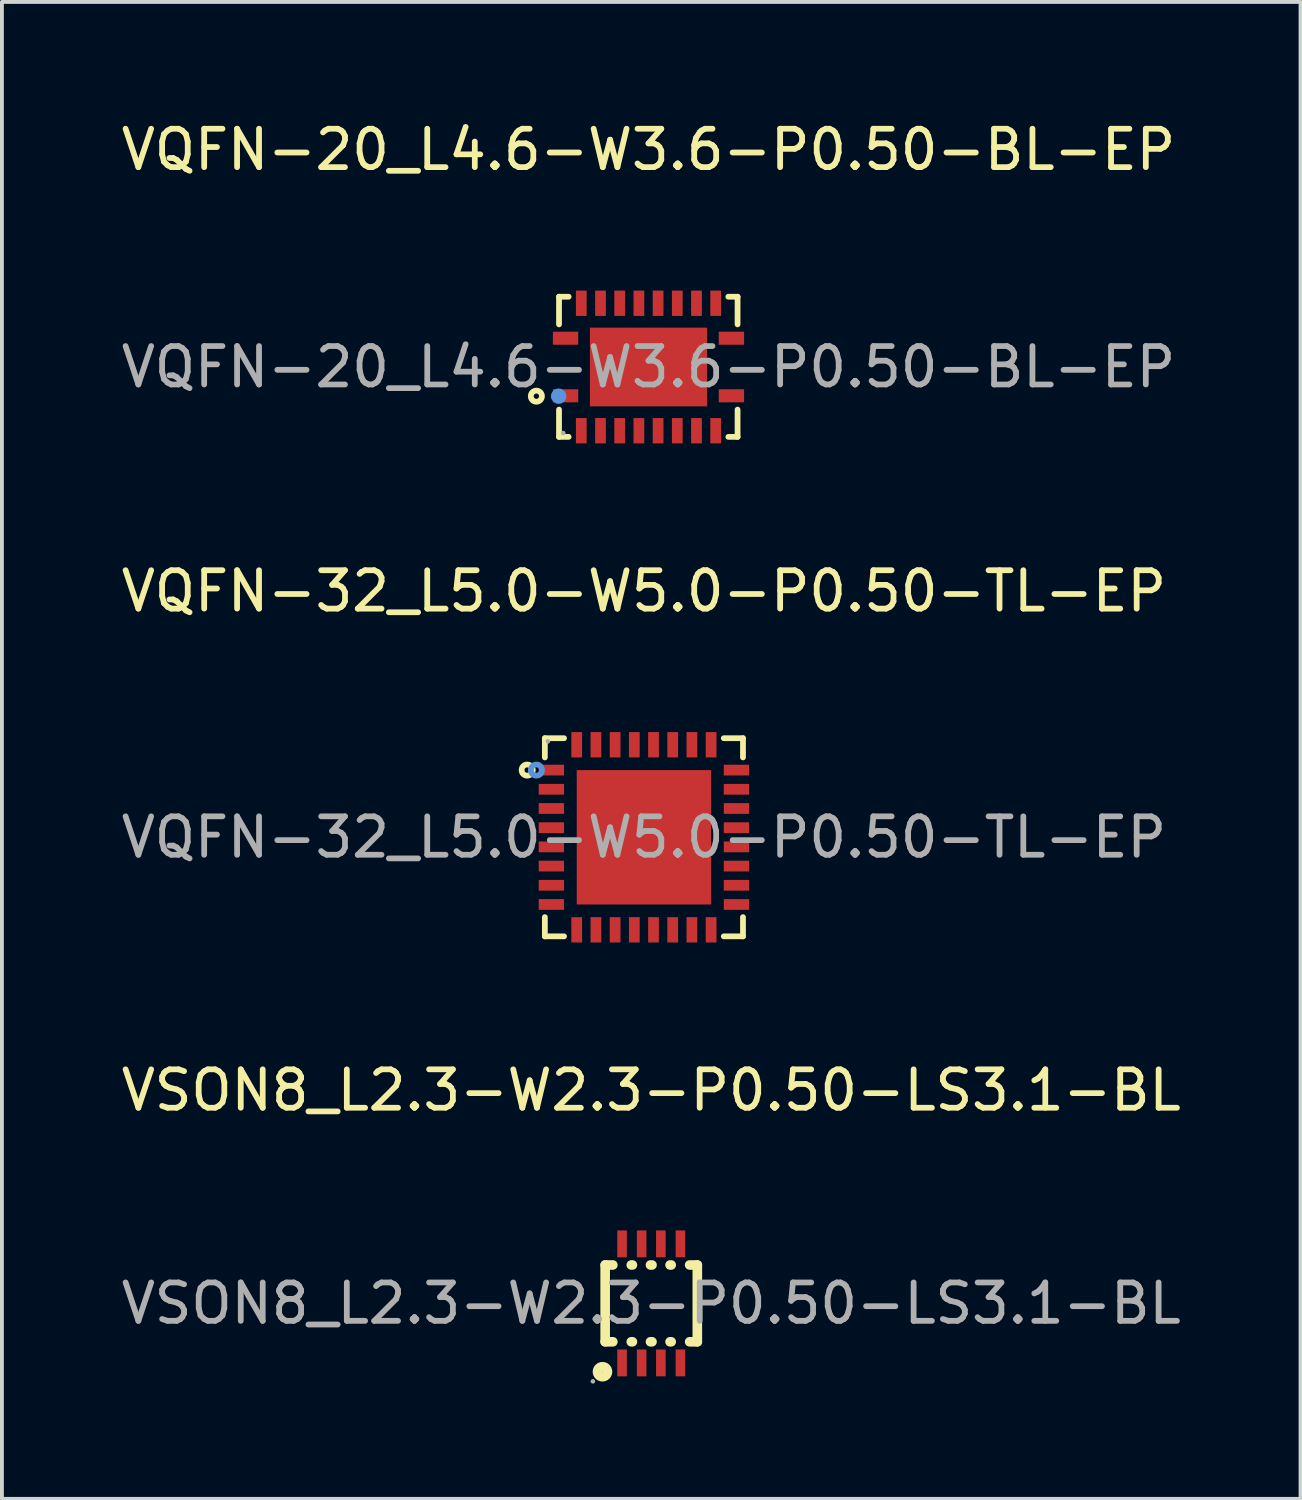
<source format=kicad_pcb>
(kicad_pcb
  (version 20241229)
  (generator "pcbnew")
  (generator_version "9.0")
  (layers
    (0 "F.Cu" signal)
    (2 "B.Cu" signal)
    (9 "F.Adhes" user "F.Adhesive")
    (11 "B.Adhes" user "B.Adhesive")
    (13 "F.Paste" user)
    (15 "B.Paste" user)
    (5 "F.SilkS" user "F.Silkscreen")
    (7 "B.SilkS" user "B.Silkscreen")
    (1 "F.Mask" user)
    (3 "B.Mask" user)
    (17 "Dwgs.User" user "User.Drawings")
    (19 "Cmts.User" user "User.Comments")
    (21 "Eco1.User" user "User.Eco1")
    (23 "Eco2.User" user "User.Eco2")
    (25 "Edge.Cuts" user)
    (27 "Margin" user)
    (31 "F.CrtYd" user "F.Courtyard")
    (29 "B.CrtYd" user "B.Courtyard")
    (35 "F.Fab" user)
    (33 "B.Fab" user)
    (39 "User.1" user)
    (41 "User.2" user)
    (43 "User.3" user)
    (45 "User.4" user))
  (footprint "VQFN-20_L4.6-W3.6-P0.50-BL-EP"
    (layer "F.Cu")
    (at 13.839 6.508)
    (property "Reference" "VQFN-20_L4.6-W3.6-P0.50-BL-EP" (at 0 -5.66 0) (layer "F.SilkS") (effects (font (size 1 1) (thickness 0.15))))
    (attr through_hole)
    (fp_line (start -2.33 -1.83) (end -2.08 -1.83) (stroke (width 0.15) (type solid)) (layer "F.SilkS"))
    (fp_line (start -2.33 -1.11) (end -2.33 -1.83) (stroke (width 0.15) (type solid)) (layer "F.SilkS"))
    (fp_line (start -2.33 1.11) (end -2.33 1.82) (stroke (width 0.15) (type solid)) (layer "F.SilkS"))
    (fp_line (start -2.33 1.82) (end -2.08 1.82) (stroke (width 0.15) (type solid)) (layer "F.SilkS"))
    (fp_line (start 2.32 -1.83) (end 2.08 -1.83) (stroke (width 0.15) (type solid)) (layer "F.SilkS"))
    (fp_line (start 2.32 -1.11) (end 2.32 -1.83) (stroke (width 0.15) (type solid)) (layer "F.SilkS"))
    (fp_line (start 2.32 1.11) (end 2.32 1.82) (stroke (width 0.15) (type solid)) (layer "F.SilkS"))
    (fp_line (start 2.32 1.82) (end 2.08 1.82) (stroke (width 0.15) (type solid)) (layer "F.SilkS"))
    (fp_circle (center -2.92 0.76) (end -2.85 0.76) (stroke (width 0.15) (type solid)) (fill no) (layer "F.SilkS"))
    (fp_circle (center -2.34 0.76) (end -2.24 0.76) (stroke (width 0.2) (type solid)) (fill no) (layer "Cmts.User"))
    (fp_circle (center -2.22 1.72) (end -2.19 1.72) (stroke (width 0.06) (type solid)) (fill no) (layer "F.Fab"))
    (fp_text user "${REFERENCE}" (at 0 0 0) (layer "F.Fab") (effects (font (size 1 1) (thickness 0.15))))
    (pad "1" smd rect (at -2.16 0.75) (size 0.66 0.34) (layers "F.Cu" "F.Mask" "F.Paste"))
    (pad "2" smd rect (at -1.75 1.66) (size 0.28 0.66) (layers "F.Cu" "F.Mask" "F.Paste"))
    (pad "3" smd rect (at -1.25 1.66) (size 0.28 0.66) (layers "F.Cu" "F.Mask" "F.Paste"))
    (pad "4" smd rect (at -0.75 1.66) (size 0.28 0.66) (layers "F.Cu" "F.Mask" "F.Paste"))
    (pad "5" smd rect (at -0.25 1.66) (size 0.28 0.66) (layers "F.Cu" "F.Mask" "F.Paste"))
    (pad "6" smd rect (at 0.25 1.66) (size 0.28 0.66) (layers "F.Cu" "F.Mask" "F.Paste"))
    (pad "7" smd rect (at 0.75 1.66) (size 0.28 0.66) (layers "F.Cu" "F.Mask" "F.Paste"))
    (pad "8" smd rect (at 1.25 1.66) (size 0.28 0.66) (layers "F.Cu" "F.Mask" "F.Paste"))
    (pad "9" smd rect (at 1.75 1.66) (size 0.28 0.66) (layers "F.Cu" "F.Mask" "F.Paste"))
    (pad "10" smd rect (at 2.16 0.75) (size 0.66 0.34) (layers "F.Cu" "F.Mask" "F.Paste"))
    (pad "11" smd rect (at 2.16 -0.75) (size 0.66 0.34) (layers "F.Cu" "F.Mask" "F.Paste"))
    (pad "12" smd rect (at 1.75 -1.66) (size 0.28 0.66) (layers "F.Cu" "F.Mask" "F.Paste"))
    (pad "13" smd rect (at 1.25 -1.66) (size 0.28 0.66) (layers "F.Cu" "F.Mask" "F.Paste"))
    (pad "14" smd rect (at 0.75 -1.66) (size 0.28 0.66) (layers "F.Cu" "F.Mask" "F.Paste"))
    (pad "15" smd rect (at 0.25 -1.66) (size 0.28 0.66) (layers "F.Cu" "F.Mask" "F.Paste"))
    (pad "16" smd rect (at -0.25 -1.66) (size 0.28 0.66) (layers "F.Cu" "F.Mask" "F.Paste"))
    (pad "17" smd rect (at -0.75 -1.66) (size 0.28 0.66) (layers "F.Cu" "F.Mask" "F.Paste"))
    (pad "18" smd rect (at -1.25 -1.66) (size 0.28 0.66) (layers "F.Cu" "F.Mask" "F.Paste"))
    (pad "19" smd rect (at -1.75 -1.66) (size 0.28 0.66) (layers "F.Cu" "F.Mask" "F.Paste"))
    (pad "20" smd rect (at -2.16 -0.75) (size 0.66 0.34) (layers "F.Cu" "F.Mask" "F.Paste"))
    (pad "21" smd rect (at 0 0) (size 3.05 2.05) (layers "F.Cu" "F.Mask" "F.Paste")))
  (footprint "VQFN-32_L5.0-W5.0-P0.50-TL-EP"
    (layer "F.Cu")
    (at 13.72 18.756)
    (property "Reference" "VQFN-32_L5.0-W5.0-P0.50-TL-EP" (at 0 -6.41 0) (layer "F.SilkS") (effects (font (size 1 1) (thickness 0.15))))
    (attr through_hole)
    (fp_line (start -2.58 -2.58) (end -2.58 -2.08) (stroke (width 0.15) (type solid)) (layer "F.SilkS"))
    (fp_line (start -2.58 2.58) (end -2.58 2.08) (stroke (width 0.15) (type solid)) (layer "F.SilkS"))
    (fp_line (start -2.08 -2.58) (end -2.58 -2.58) (stroke (width 0.15) (type solid)) (layer "F.SilkS"))
    (fp_line (start -2.08 2.58) (end -2.58 2.58) (stroke (width 0.15) (type solid)) (layer "F.SilkS"))
    (fp_line (start 2.08 -2.58) (end 2.58 -2.58) (stroke (width 0.15) (type solid)) (layer "F.SilkS"))
    (fp_line (start 2.08 2.58) (end 2.58 2.58) (stroke (width 0.15) (type solid)) (layer "F.SilkS"))
    (fp_line (start 2.58 -2.58) (end 2.58 -2.08) (stroke (width 0.15) (type solid)) (layer "F.SilkS"))
    (fp_line (start 2.58 2.58) (end 2.58 2.08) (stroke (width 0.15) (type solid)) (layer "F.SilkS"))
    (fp_circle (center -3.04 -1.75) (end -2.97 -1.75) (stroke (width 0.15) (type solid)) (fill no) (layer "F.SilkS"))
    (fp_circle (center -2.8 -1.75) (end -2.73 -1.75) (stroke (width 0.15) (type solid)) (fill no) (layer "Cmts.User"))
    (fp_circle (center -2.5 -2.5) (end -2.47 -2.5) (stroke (width 0.06) (type solid)) (fill no) (layer "F.Fab"))
    (fp_text user "${REFERENCE}" (at 0 0 0) (layer "F.Fab") (effects (font (size 1 1) (thickness 0.15))))
    (pad "1" smd rect (at -2.41 -1.75) (size 0.66 0.28) (layers "F.Cu" "F.Mask" "F.Paste"))
    (pad "2" smd rect (at -2.41 -1.25) (size 0.66 0.28) (layers "F.Cu" "F.Mask" "F.Paste"))
    (pad "3" smd rect (at -2.41 -0.75) (size 0.66 0.28) (layers "F.Cu" "F.Mask" "F.Paste"))
    (pad "4" smd rect (at -2.41 -0.25) (size 0.66 0.28) (layers "F.Cu" "F.Mask" "F.Paste"))
    (pad "5" smd rect (at -2.41 0.25) (size 0.66 0.28) (layers "F.Cu" "F.Mask" "F.Paste"))
    (pad "6" smd rect (at -2.41 0.75) (size 0.66 0.28) (layers "F.Cu" "F.Mask" "F.Paste"))
    (pad "7" smd rect (at -2.41 1.25) (size 0.66 0.28) (layers "F.Cu" "F.Mask" "F.Paste"))
    (pad "8" smd rect (at -2.41 1.75) (size 0.66 0.28) (layers "F.Cu" "F.Mask" "F.Paste"))
    (pad "9" smd rect (at -1.75 2.41) (size 0.28 0.66) (layers "F.Cu" "F.Mask" "F.Paste"))
    (pad "10" smd rect (at -1.25 2.41) (size 0.28 0.66) (layers "F.Cu" "F.Mask" "F.Paste"))
    (pad "11" smd rect (at -0.75 2.41) (size 0.28 0.66) (layers "F.Cu" "F.Mask" "F.Paste"))
    (pad "12" smd rect (at -0.25 2.41) (size 0.28 0.66) (layers "F.Cu" "F.Mask" "F.Paste"))
    (pad "13" smd rect (at 0.25 2.41) (size 0.28 0.66) (layers "F.Cu" "F.Mask" "F.Paste"))
    (pad "14" smd rect (at 0.75 2.41) (size 0.28 0.66) (layers "F.Cu" "F.Mask" "F.Paste"))
    (pad "15" smd rect (at 1.25 2.41) (size 0.28 0.66) (layers "F.Cu" "F.Mask" "F.Paste"))
    (pad "16" smd rect (at 1.75 2.41) (size 0.28 0.66) (layers "F.Cu" "F.Mask" "F.Paste"))
    (pad "17" smd rect (at 2.41 1.75) (size 0.66 0.28) (layers "F.Cu" "F.Mask" "F.Paste"))
    (pad "18" smd rect (at 2.41 1.25) (size 0.66 0.28) (layers "F.Cu" "F.Mask" "F.Paste"))
    (pad "19" smd rect (at 2.41 0.75) (size 0.66 0.28) (layers "F.Cu" "F.Mask" "F.Paste"))
    (pad "20" smd rect (at 2.41 0.25) (size 0.66 0.28) (layers "F.Cu" "F.Mask" "F.Paste"))
    (pad "21" smd rect (at 2.41 -0.25) (size 0.66 0.28) (layers "F.Cu" "F.Mask" "F.Paste"))
    (pad "22" smd rect (at 2.41 -0.75) (size 0.66 0.28) (layers "F.Cu" "F.Mask" "F.Paste"))
    (pad "23" smd rect (at 2.41 -1.25) (size 0.66 0.28) (layers "F.Cu" "F.Mask" "F.Paste"))
    (pad "24" smd rect (at 2.41 -1.75) (size 0.66 0.28) (layers "F.Cu" "F.Mask" "F.Paste"))
    (pad "25" smd rect (at 1.75 -2.41) (size 0.28 0.66) (layers "F.Cu" "F.Mask" "F.Paste"))
    (pad "26" smd rect (at 1.25 -2.41) (size 0.28 0.66) (layers "F.Cu" "F.Mask" "F.Paste"))
    (pad "27" smd rect (at 0.75 -2.41) (size 0.28 0.66) (layers "F.Cu" "F.Mask" "F.Paste"))
    (pad "28" smd rect (at 0.25 -2.41) (size 0.28 0.66) (layers "F.Cu" "F.Mask" "F.Paste"))
    (pad "29" smd rect (at -0.25 -2.41) (size 0.28 0.66) (layers "F.Cu" "F.Mask" "F.Paste"))
    (pad "30" smd rect (at -0.75 -2.41) (size 0.28 0.66) (layers "F.Cu" "F.Mask" "F.Paste"))
    (pad "31" smd rect (at -1.25 -2.41) (size 0.28 0.66) (layers "F.Cu" "F.Mask" "F.Paste"))
    (pad "32" smd rect (at -1.75 -2.41) (size 0.28 0.66) (layers "F.Cu" "F.Mask" "F.Paste"))
    (pad "33" smd rect (at 0 0) (size 3.5 3.5) (layers "F.Cu" "F.Mask" "F.Paste")))
  (footprint "VSON8_L2.3-W2.3-P0.50-LS3.1-BL"
    (layer "F.Cu")
    (at 13.911 30.895)
    (property "Reference" "VSON8_L2.3-W2.3-P0.50-LS3.1-BL" (at 0 -5.55 0) (layer "F.SilkS") (effects (font (size 1 1) (thickness 0.15))))
    (attr through_hole)
    (fp_line (start -1.2 -1) (end -1 -1) (stroke (width 0.25) (type solid)) (layer "F.SilkS"))
    (fp_line (start -1.2 1) (end -1.2 -1) (stroke (width 0.25) (type solid)) (layer "F.SilkS"))
    (fp_line (start -1.2 1) (end -1 1) (stroke (width 0.25) (type solid)) (layer "F.SilkS"))
    (fp_line (start -0.52 -1) (end -0.49 -1) (stroke (width 0.25) (type solid)) (layer "F.SilkS"))
    (fp_line (start -0.52 1) (end -0.49 1) (stroke (width 0.25) (type solid)) (layer "F.SilkS"))
    (fp_line (start -0.02 -1) (end 0.02 -1) (stroke (width 0.25) (type solid)) (layer "F.SilkS"))
    (fp_line (start -0.02 1) (end 0.02 1) (stroke (width 0.25) (type solid)) (layer "F.SilkS"))
    (fp_line (start 0.49 -1) (end 0.52 -1) (stroke (width 0.25) (type solid)) (layer "F.SilkS"))
    (fp_line (start 0.49 1) (end 0.52 1) (stroke (width 0.25) (type solid)) (layer "F.SilkS"))
    (fp_line (start 1 -1) (end 1.2 -1) (stroke (width 0.25) (type solid)) (layer "F.SilkS"))
    (fp_line (start 1 1) (end 1.2 1) (stroke (width 0.25) (type solid)) (layer "F.SilkS"))
    (fp_line (start 1.2 -1) (end 1.2 1) (stroke (width 0.25) (type solid)) (layer "F.SilkS"))
    (fp_circle (center -1.27 1.78) (end -1.14 1.78) (stroke (width 0.25) (type solid)) (fill no) (layer "F.SilkS"))
    (fp_circle (center -1.52 2.03) (end -1.49 2.03) (stroke (width 0.06) (type solid)) (fill no) (layer "F.Fab"))
    (fp_text user "${REFERENCE}" (at 0 0 0) (layer "F.Fab") (effects (font (size 1 1) (thickness 0.15))))
    (pad "1" smd rect (at -0.76 1.55 180) (size 0.25 0.7) (layers "F.Cu" "F.Mask" "F.Paste"))
    (pad "2" smd rect (at -0.25 1.55 180) (size 0.25 0.7) (layers "F.Cu" "F.Mask" "F.Paste"))
    (pad "3" smd rect (at 0.25 1.55 180) (size 0.25 0.7) (layers "F.Cu" "F.Mask" "F.Paste"))
    (pad "4" smd rect (at 0.76 1.55 180) (size 0.25 0.7) (layers "F.Cu" "F.Mask" "F.Paste"))
    (pad "5" smd rect (at 0.76 -1.55 180) (size 0.25 0.7) (layers "F.Cu" "F.Mask" "F.Paste"))
    (pad "6" smd rect (at 0.25 -1.55 180) (size 0.25 0.7) (layers "F.Cu" "F.Mask" "F.Paste"))
    (pad "7" smd rect (at -0.25 -1.55 180) (size 0.25 0.7) (layers "F.Cu" "F.Mask" "F.Paste"))
    (pad "8" smd rect (at -0.76 -1.55 180) (size 0.25 0.7) (layers "F.Cu" "F.Mask" "F.Paste")))
  (gr_rect
    (start -3 -3)
    (end 30.821 35.985)
    (stroke (width 0.1) (type default))
    (fill no)
    (layer "Edge.Cuts")))
</source>
